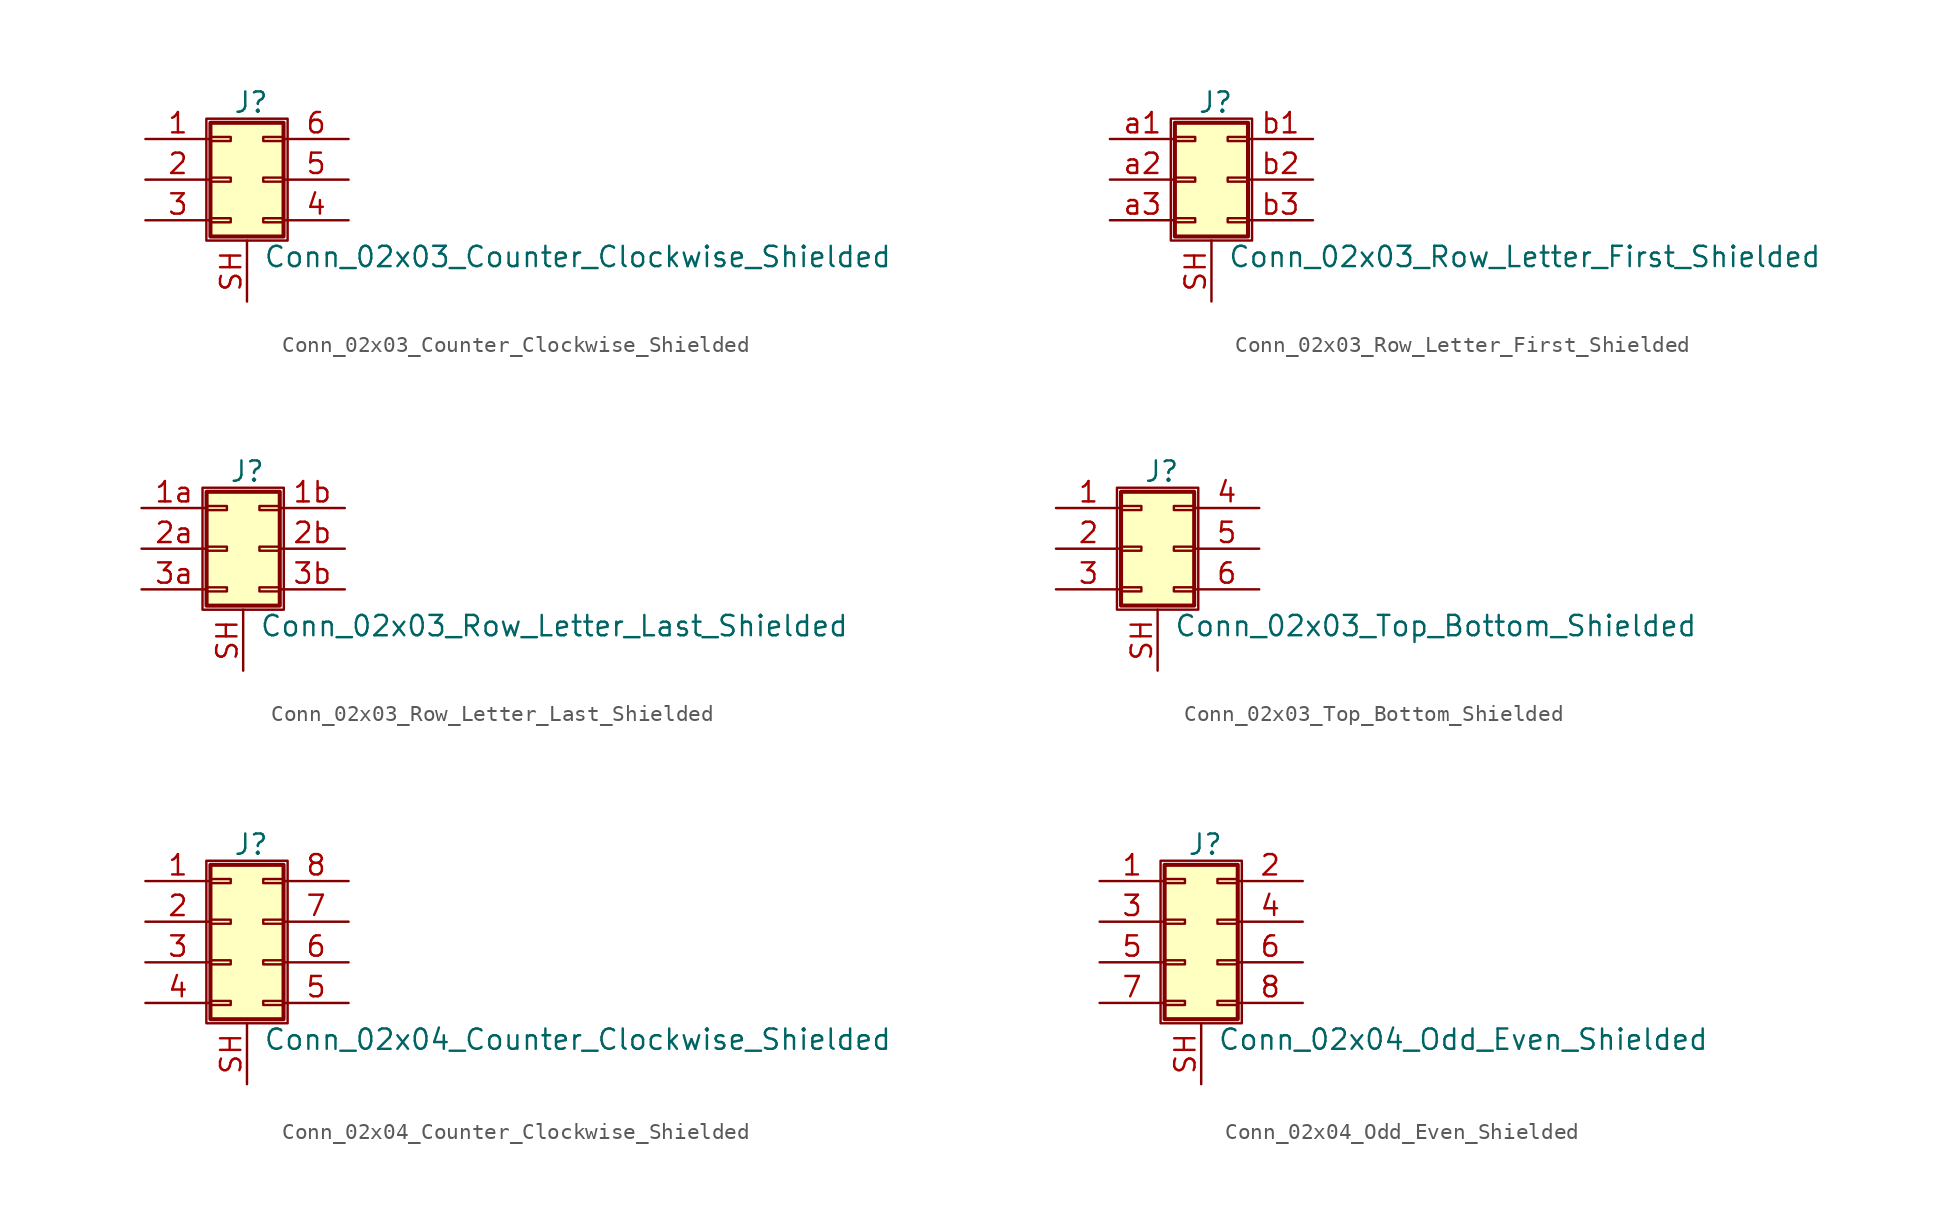
<source format=kicad_sym>
(kicad_symbol_lib
  (version 20201005)
  (generator kicad_symbol_editor)
  (symbol "Connector_Generic_Shielded:Conn_02x03_Counter_Clockwise_Shielded"
    (pin_names
      (offset 1.016) hide)
    (property "Reference" "J"
      (at 1.524 4.826 0)
      (effects (font (size 1.27 1.27))))
    (property "Value" "Conn_02x03_Counter_Clockwise_Shielded"
      (at 2.286 -4.826 0)
      (effects (font (size 1.27 1.27)) (justify left)))
    (symbol "Conn_02x03_Counter_Clockwise_Shielded_1_1"
      (rectangle (start -1.016 -2.413) (end 0.254 -2.667) (stroke (width 0.152)) (fill (type none)))
      (rectangle (start -1.016 2.667) (end 0.254 2.413) (stroke (width 0.152)) (fill (type none)))
      (rectangle (start -1.016 3.556) (end 3.556 -3.556) (stroke (width 0.254)) (fill (type background)))
      (rectangle (start -1.016 0.127) (end 0.254 -0.127) (stroke (width 0.152)) (fill (type none)))
      (rectangle (start -1.27 3.81) (end 3.81 -3.81) (stroke (width 0.152)) (fill (type none)))
      (rectangle (start 3.556 -2.413) (end 2.286 -2.667) (stroke (width 0.152)) (fill (type none)))
      (rectangle (start 3.556 2.667) (end 2.286 2.413) (stroke (width 0.152)) (fill (type none)))
      (rectangle (start 3.556 0.127) (end 2.286 -0.127) (stroke (width 0.152)) (fill (type none)))
      (pin passive line (at -5.08 2.54 0) (length 4.064) (name "Pin_1" (effects (font (size 1.27 1.27)))) (number "1" (effects (font (size 1.27 1.27)))))
      (pin passive line (at -5.08 0 0) (length 4.064) (name "Pin_2" (effects (font (size 1.27 1.27)))) (number "2" (effects (font (size 1.27 1.27)))))
      (pin passive line (at -5.08 -2.54 0) (length 4.064) (name "Pin_3" (effects (font (size 1.27 1.27)))) (number "3" (effects (font (size 1.27 1.27)))))
      (pin passive line (at 7.62 -2.54 180) (length 4.064) (name "Pin_4" (effects (font (size 1.27 1.27)))) (number "4" (effects (font (size 1.27 1.27)))))
      (pin passive line (at 7.62 0 180) (length 4.064) (name "Pin_5" (effects (font (size 1.27 1.27)))) (number "5" (effects (font (size 1.27 1.27)))))
      (pin passive line (at 7.62 2.54 180) (length 4.064) (name "Pin_6" (effects (font (size 1.27 1.27)))) (number "6" (effects (font (size 1.27 1.27)))))
      (pin passive line (at 1.27 -7.62 90) (length 3.81) (name "Shield" (effects (font (size 1.27 1.27)))) (number "SH" (effects (font (size 1.27 1.27)))))))
  (symbol "Connector_Generic_Shielded:Conn_02x03_Row_Letter_First_Shielded"
    (pin_names
      (offset 1.016) hide)
    (property "Reference" "J"
      (at 1.524 4.826 0)
      (effects (font (size 1.27 1.27))))
    (property "Value" "Conn_02x03_Row_Letter_First_Shielded"
      (at 2.286 -4.826 0)
      (effects (font (size 1.27 1.27)) (justify left)))
    (symbol "Conn_02x03_Row_Letter_First_Shielded_1_1"
      (rectangle (start -1.016 -2.413) (end 0.254 -2.667) (stroke (width 0.152)) (fill (type none)))
      (rectangle (start -1.016 2.667) (end 0.254 2.413) (stroke (width 0.152)) (fill (type none)))
      (rectangle (start -1.016 3.556) (end 3.556 -3.556) (stroke (width 0.254)) (fill (type background)))
      (rectangle (start -1.016 0.127) (end 0.254 -0.127) (stroke (width 0.152)) (fill (type none)))
      (rectangle (start -1.27 3.81) (end 3.81 -3.81) (stroke (width 0.152)) (fill (type none)))
      (rectangle (start 3.556 -2.413) (end 2.286 -2.667) (stroke (width 0.152)) (fill (type none)))
      (rectangle (start 3.556 2.667) (end 2.286 2.413) (stroke (width 0.152)) (fill (type none)))
      (rectangle (start 3.556 0.127) (end 2.286 -0.127) (stroke (width 0.152)) (fill (type none)))
      (pin passive line (at -5.08 2.54 0) (length 4.064) (name "Pin_a1" (effects (font (size 1.27 1.27)))) (number "a1" (effects (font (size 1.27 1.27)))))
      (pin passive line (at -5.08 0 0) (length 4.064) (name "Pin_a2" (effects (font (size 1.27 1.27)))) (number "a2" (effects (font (size 1.27 1.27)))))
      (pin passive line (at -5.08 -2.54 0) (length 4.064) (name "Pin_a3" (effects (font (size 1.27 1.27)))) (number "a3" (effects (font (size 1.27 1.27)))))
      (pin passive line (at 7.62 2.54 180) (length 4.064) (name "Pin_b1" (effects (font (size 1.27 1.27)))) (number "b1" (effects (font (size 1.27 1.27)))))
      (pin passive line (at 7.62 0 180) (length 4.064) (name "Pin_b2" (effects (font (size 1.27 1.27)))) (number "b2" (effects (font (size 1.27 1.27)))))
      (pin passive line (at 7.62 -2.54 180) (length 4.064) (name "Pin_b3" (effects (font (size 1.27 1.27)))) (number "b3" (effects (font (size 1.27 1.27)))))
      (pin passive line (at 1.27 -7.62 90) (length 3.81) (name "Shield" (effects (font (size 1.27 1.27)))) (number "SH" (effects (font (size 1.27 1.27)))))))
  (symbol "Connector_Generic_Shielded:Conn_02x03_Row_Letter_Last_Shielded"
    (pin_names
      (offset 1.016) hide)
    (property "Reference" "J"
      (at 1.524 4.826 0)
      (effects (font (size 1.27 1.27))))
    (property "Value" "Conn_02x03_Row_Letter_Last_Shielded"
      (at 2.286 -4.826 0)
      (effects (font (size 1.27 1.27)) (justify left)))
    (symbol "Conn_02x03_Row_Letter_Last_Shielded_1_1"
      (rectangle (start -1.016 -2.413) (end 0.254 -2.667) (stroke (width 0.152)) (fill (type none)))
      (rectangle (start -1.016 2.667) (end 0.254 2.413) (stroke (width 0.152)) (fill (type none)))
      (rectangle (start -1.016 3.556) (end 3.556 -3.556) (stroke (width 0.254)) (fill (type background)))
      (rectangle (start -1.016 0.127) (end 0.254 -0.127) (stroke (width 0.152)) (fill (type none)))
      (rectangle (start -1.27 3.81) (end 3.81 -3.81) (stroke (width 0.152)) (fill (type none)))
      (rectangle (start 3.556 -2.413) (end 2.286 -2.667) (stroke (width 0.152)) (fill (type none)))
      (rectangle (start 3.556 2.667) (end 2.286 2.413) (stroke (width 0.152)) (fill (type none)))
      (rectangle (start 3.556 0.127) (end 2.286 -0.127) (stroke (width 0.152)) (fill (type none)))
      (pin passive line (at -5.08 2.54 0) (length 4.064) (name "Pin_1a" (effects (font (size 1.27 1.27)))) (number "1a" (effects (font (size 1.27 1.27)))))
      (pin passive line (at 7.62 2.54 180) (length 4.064) (name "Pin_1b" (effects (font (size 1.27 1.27)))) (number "1b" (effects (font (size 1.27 1.27)))))
      (pin passive line (at -5.08 0 0) (length 4.064) (name "Pin_2a" (effects (font (size 1.27 1.27)))) (number "2a" (effects (font (size 1.27 1.27)))))
      (pin passive line (at 7.62 0 180) (length 4.064) (name "Pin_2b" (effects (font (size 1.27 1.27)))) (number "2b" (effects (font (size 1.27 1.27)))))
      (pin passive line (at -5.08 -2.54 0) (length 4.064) (name "Pin_3a" (effects (font (size 1.27 1.27)))) (number "3a" (effects (font (size 1.27 1.27)))))
      (pin passive line (at 7.62 -2.54 180) (length 4.064) (name "Pin_3b" (effects (font (size 1.27 1.27)))) (number "3b" (effects (font (size 1.27 1.27)))))
      (pin passive line (at 1.27 -7.62 90) (length 3.81) (name "Shield" (effects (font (size 1.27 1.27)))) (number "SH" (effects (font (size 1.27 1.27)))))))
  (symbol "Connector_Generic_Shielded:Conn_02x03_Top_Bottom_Shielded"
    (pin_names
      (offset 1.016) hide)
    (property "Reference" "J"
      (at 1.524 4.826 0)
      (effects (font (size 1.27 1.27))))
    (property "Value" "Conn_02x03_Top_Bottom_Shielded"
      (at 2.286 -4.826 0)
      (effects (font (size 1.27 1.27)) (justify left)))
    (symbol "Conn_02x03_Top_Bottom_Shielded_1_1"
      (rectangle (start -1.016 -2.413) (end 0.254 -2.667) (stroke (width 0.152)) (fill (type none)))
      (rectangle (start -1.016 2.667) (end 0.254 2.413) (stroke (width 0.152)) (fill (type none)))
      (rectangle (start -1.016 3.556) (end 3.556 -3.556) (stroke (width 0.254)) (fill (type background)))
      (rectangle (start -1.016 0.127) (end 0.254 -0.127) (stroke (width 0.152)) (fill (type none)))
      (rectangle (start -1.27 3.81) (end 3.81 -3.81) (stroke (width 0.152)) (fill (type none)))
      (rectangle (start 3.556 -2.413) (end 2.286 -2.667) (stroke (width 0.152)) (fill (type none)))
      (rectangle (start 3.556 2.667) (end 2.286 2.413) (stroke (width 0.152)) (fill (type none)))
      (rectangle (start 3.556 0.127) (end 2.286 -0.127) (stroke (width 0.152)) (fill (type none)))
      (pin passive line (at -5.08 2.54 0) (length 4.064) (name "Pin_1" (effects (font (size 1.27 1.27)))) (number "1" (effects (font (size 1.27 1.27)))))
      (pin passive line (at -5.08 0 0) (length 4.064) (name "Pin_2" (effects (font (size 1.27 1.27)))) (number "2" (effects (font (size 1.27 1.27)))))
      (pin passive line (at -5.08 -2.54 0) (length 4.064) (name "Pin_3" (effects (font (size 1.27 1.27)))) (number "3" (effects (font (size 1.27 1.27)))))
      (pin passive line (at 7.62 2.54 180) (length 4.064) (name "Pin_4" (effects (font (size 1.27 1.27)))) (number "4" (effects (font (size 1.27 1.27)))))
      (pin passive line (at 7.62 0 180) (length 4.064) (name "Pin_5" (effects (font (size 1.27 1.27)))) (number "5" (effects (font (size 1.27 1.27)))))
      (pin passive line (at 7.62 -2.54 180) (length 4.064) (name "Pin_6" (effects (font (size 1.27 1.27)))) (number "6" (effects (font (size 1.27 1.27)))))
      (pin passive line (at 1.27 -7.62 90) (length 3.81) (name "Shield" (effects (font (size 1.27 1.27)))) (number "SH" (effects (font (size 1.27 1.27)))))))
  (symbol "Connector_Generic_Shielded:Conn_02x04_Counter_Clockwise_Shielded"
    (pin_names
      (offset 1.016) hide)
    (property "Reference" "J"
      (at 1.524 4.826 0)
      (effects (font (size 1.27 1.27))))
    (property "Value" "Conn_02x04_Counter_Clockwise_Shielded"
      (at 2.286 -7.366 0)
      (effects (font (size 1.27 1.27)) (justify left)))
    (symbol "Conn_02x04_Counter_Clockwise_Shielded_1_1"
      (rectangle (start -1.016 -4.953) (end 0.254 -5.207) (stroke (width 0.152)) (fill (type none)))
      (rectangle (start -1.016 -2.413) (end 0.254 -2.667) (stroke (width 0.152)) (fill (type none)))
      (rectangle (start -1.016 2.667) (end 0.254 2.413) (stroke (width 0.152)) (fill (type none)))
      (rectangle (start -1.016 3.556) (end 3.556 -6.096) (stroke (width 0.254)) (fill (type background)))
      (rectangle (start -1.016 0.127) (end 0.254 -0.127) (stroke (width 0.152)) (fill (type none)))
      (rectangle (start -1.27 3.81) (end 3.81 -6.35) (stroke (width 0.152)) (fill (type none)))
      (rectangle (start 3.556 -4.953) (end 2.286 -5.207) (stroke (width 0.152)) (fill (type none)))
      (rectangle (start 3.556 -2.413) (end 2.286 -2.667) (stroke (width 0.152)) (fill (type none)))
      (rectangle (start 3.556 2.667) (end 2.286 2.413) (stroke (width 0.152)) (fill (type none)))
      (rectangle (start 3.556 0.127) (end 2.286 -0.127) (stroke (width 0.152)) (fill (type none)))
      (pin passive line (at -5.08 2.54 0) (length 4.064) (name "Pin_1" (effects (font (size 1.27 1.27)))) (number "1" (effects (font (size 1.27 1.27)))))
      (pin passive line (at -5.08 0 0) (length 4.064) (name "Pin_2" (effects (font (size 1.27 1.27)))) (number "2" (effects (font (size 1.27 1.27)))))
      (pin passive line (at -5.08 -2.54 0) (length 4.064) (name "Pin_3" (effects (font (size 1.27 1.27)))) (number "3" (effects (font (size 1.27 1.27)))))
      (pin passive line (at -5.08 -5.08 0) (length 4.064) (name "Pin_4" (effects (font (size 1.27 1.27)))) (number "4" (effects (font (size 1.27 1.27)))))
      (pin passive line (at 7.62 -5.08 180) (length 4.064) (name "Pin_5" (effects (font (size 1.27 1.27)))) (number "5" (effects (font (size 1.27 1.27)))))
      (pin passive line (at 7.62 -2.54 180) (length 4.064) (name "Pin_6" (effects (font (size 1.27 1.27)))) (number "6" (effects (font (size 1.27 1.27)))))
      (pin passive line (at 7.62 0 180) (length 4.064) (name "Pin_7" (effects (font (size 1.27 1.27)))) (number "7" (effects (font (size 1.27 1.27)))))
      (pin passive line (at 7.62 2.54 180) (length 4.064) (name "Pin_8" (effects (font (size 1.27 1.27)))) (number "8" (effects (font (size 1.27 1.27)))))
      (pin passive line (at 1.27 -10.16 90) (length 3.81) (name "Shield" (effects (font (size 1.27 1.27)))) (number "SH" (effects (font (size 1.27 1.27)))))))
  (symbol "Connector_Generic_Shielded:Conn_02x04_Odd_Even_Shielded"
    (pin_names
      (offset 1.016) hide)
    (property "Reference" "J"
      (at 1.524 4.826 0)
      (effects (font (size 1.27 1.27))))
    (property "Value" "Conn_02x04_Odd_Even_Shielded"
      (at 2.286 -7.366 0)
      (effects (font (size 1.27 1.27)) (justify left)))
    (symbol "Conn_02x04_Odd_Even_Shielded_1_1"
      (rectangle (start -1.016 -4.953) (end 0.254 -5.207) (stroke (width 0.152)) (fill (type none)))
      (rectangle (start -1.016 -2.413) (end 0.254 -2.667) (stroke (width 0.152)) (fill (type none)))
      (rectangle (start -1.016 2.667) (end 0.254 2.413) (stroke (width 0.152)) (fill (type none)))
      (rectangle (start -1.016 3.556) (end 3.556 -6.096) (stroke (width 0.254)) (fill (type background)))
      (rectangle (start -1.016 0.127) (end 0.254 -0.127) (stroke (width 0.152)) (fill (type none)))
      (rectangle (start -1.27 3.81) (end 3.81 -6.35) (stroke (width 0.152)) (fill (type none)))
      (rectangle (start 3.556 -4.953) (end 2.286 -5.207) (stroke (width 0.152)) (fill (type none)))
      (rectangle (start 3.556 -2.413) (end 2.286 -2.667) (stroke (width 0.152)) (fill (type none)))
      (rectangle (start 3.556 2.667) (end 2.286 2.413) (stroke (width 0.152)) (fill (type none)))
      (rectangle (start 3.556 0.127) (end 2.286 -0.127) (stroke (width 0.152)) (fill (type none)))
      (pin passive line (at -5.08 2.54 0) (length 4.064) (name "Pin_1" (effects (font (size 1.27 1.27)))) (number "1" (effects (font (size 1.27 1.27)))))
      (pin passive line (at 7.62 2.54 180) (length 4.064) (name "Pin_2" (effects (font (size 1.27 1.27)))) (number "2" (effects (font (size 1.27 1.27)))))
      (pin passive line (at -5.08 0 0) (length 4.064) (name "Pin_3" (effects (font (size 1.27 1.27)))) (number "3" (effects (font (size 1.27 1.27)))))
      (pin passive line (at 7.62 0 180) (length 4.064) (name "Pin_4" (effects (font (size 1.27 1.27)))) (number "4" (effects (font (size 1.27 1.27)))))
      (pin passive line (at -5.08 -2.54 0) (length 4.064) (name "Pin_5" (effects (font (size 1.27 1.27)))) (number "5" (effects (font (size 1.27 1.27)))))
      (pin passive line (at 7.62 -2.54 180) (length 4.064) (name "Pin_6" (effects (font (size 1.27 1.27)))) (number "6" (effects (font (size 1.27 1.27)))))
      (pin passive line (at -5.08 -5.08 0) (length 4.064) (name "Pin_7" (effects (font (size 1.27 1.27)))) (number "7" (effects (font (size 1.27 1.27)))))
      (pin passive line (at 7.62 -5.08 180) (length 4.064) (name "Pin_8" (effects (font (size 1.27 1.27)))) (number "8" (effects (font (size 1.27 1.27)))))
      (pin passive line (at 1.27 -10.16 90) (length 3.81) (name "Shield" (effects (font (size 1.27 1.27)))) (number "SH" (effects (font (size 1.27 1.27))))))))
</source>
